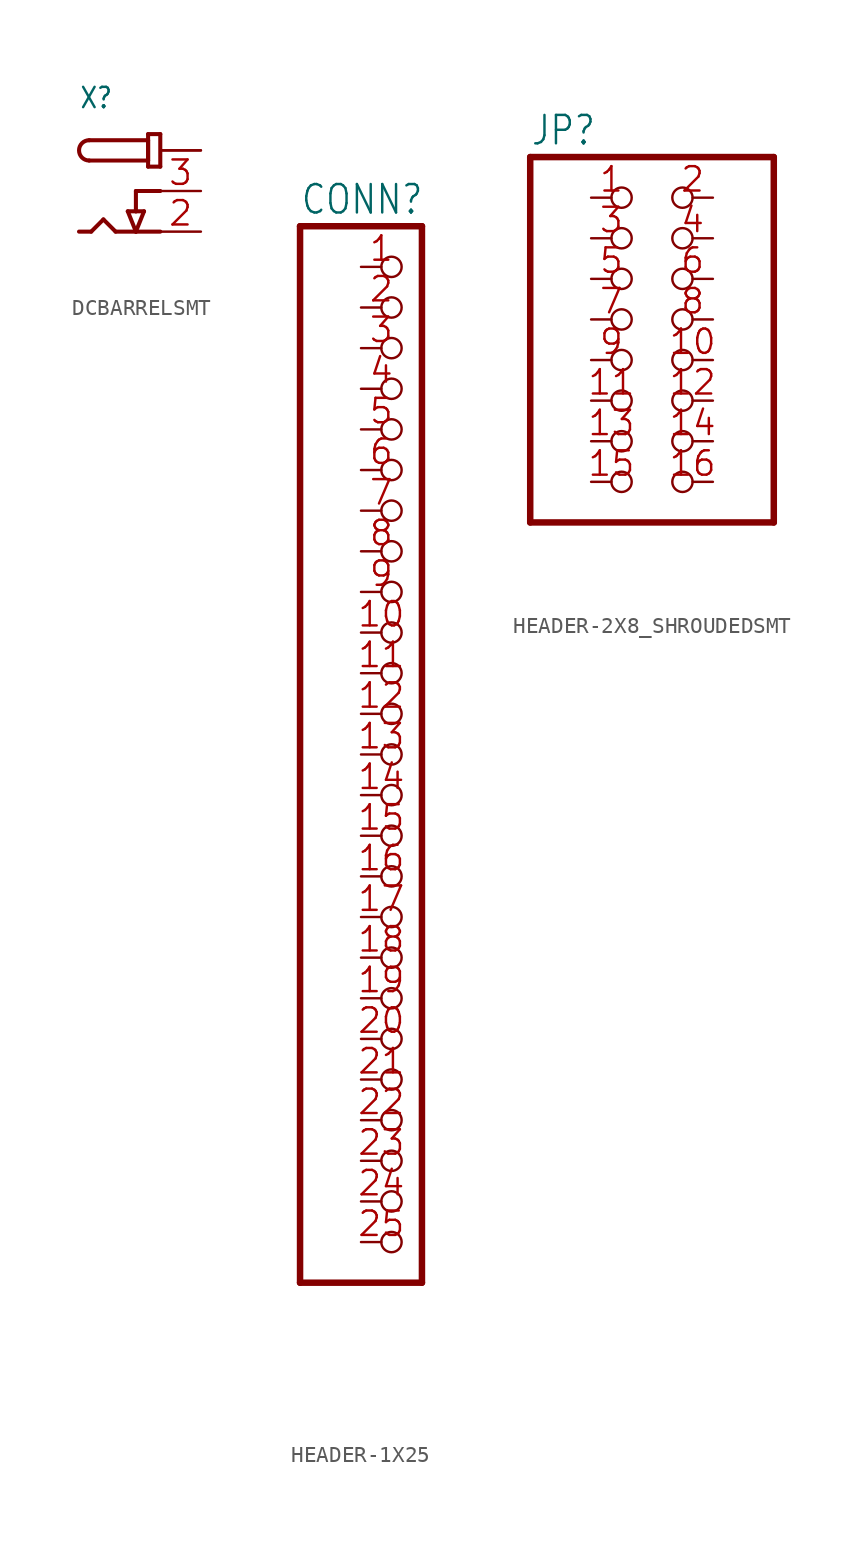
<source format=kicad_sym>
(kicad_symbol_lib
  (version 20241209)
  (generator "kicad_symbol_editor")
  (generator_version "9.0")
  (symbol "DCBARRELSMT"
    (property "Reference" "X"
      (at -5.08 5.08 0)
      (effects (font (size 1.27 1.079)) (justify left bottom)))
    (property "Value" ""
      (at -5.08 -5.08 0)
      (effects (font (size 1.27 1.079)) (justify left bottom)))
    (property "ki_locked" ""
      (at 0 0 0)
      (effects (font (size 1.27 1.27))))
    (symbol "DCBARRELSMT_1_0"
      (polyline (pts (xy -5.08 -2.54) (xy -4.318 -2.54)) (stroke (width 0.254) (type solid)) (fill (type none)))
      (arc (start -4.445 1.905) (mid -5.08 2.54) (end -4.445 3.175) (stroke (width 0.254) (type solid)) (fill (type none)))
      (polyline (pts (xy -4.318 -2.54) (xy -3.556 -1.778)) (stroke (width 0.254) (type solid)) (fill (type none)))
      (polyline (pts (xy -3.556 -1.778) (xy -2.794 -2.54)) (stroke (width 0.254) (type solid)) (fill (type none)))
      (polyline (pts (xy -2.032 -1.27) (xy -1.524 -1.27)) (stroke (width 0.254) (type solid)) (fill (type none)))
      (polyline (pts (xy -1.524 0) (xy -1.524 -1.27)) (stroke (width 0.254) (type solid)) (fill (type none)))
      (polyline (pts (xy -1.524 -1.27) (xy -1.016 -1.27)) (stroke (width 0.254) (type solid)) (fill (type none)))
      (polyline (pts (xy -1.524 -2.54) (xy -2.794 -2.54)) (stroke (width 0.254) (type solid)) (fill (type none)))
      (polyline (pts (xy -1.524 -2.54) (xy -2.032 -1.27)) (stroke (width 0.254) (type solid)) (fill (type none)))
      (polyline (pts (xy -1.016 -1.27) (xy -1.524 -2.54)) (stroke (width 0.254) (type solid)) (fill (type none)))
      (polyline (pts (xy -0.762 3.556) (xy 0 3.556)) (stroke (width 0.254) (type solid)) (fill (type none)))
      (polyline (pts (xy -0.762 3.175) (xy -4.445 3.175)) (stroke (width 0.254) (type solid)) (fill (type none)))
      (polyline (pts (xy -0.762 3.175) (xy -0.762 1.905)) (stroke (width 0.254) (type solid)) (fill (type none)))
      (polyline (pts (xy -0.762 1.905) (xy -4.445 1.905)) (stroke (width 0.254) (type solid)) (fill (type none)))
      (polyline (pts (xy -0.762 1.524) (xy -0.762 3.556)) (stroke (width 0.254) (type solid)) (fill (type none)))
      (polyline (pts (xy 0 3.556) (xy 0 1.524)) (stroke (width 0.254) (type solid)) (fill (type none)))
      (polyline (pts (xy 0 1.524) (xy -0.762 1.524)) (stroke (width 0.254) (type solid)) (fill (type none)))
      (polyline (pts (xy 0 0) (xy -1.524 0)) (stroke (width 0.254) (type solid)) (fill (type none)))
      (polyline (pts (xy 0 -2.54) (xy -1.524 -2.54)) (stroke (width 0.254) (type solid)) (fill (type none)))
      (pin power_in line (at 2.54 2.54 180) (length 2.54) (name "PWR" (effects (font (size 0 0)))) (number "1" (effects (font (size 0 0)))))
      (pin power_in line (at 2.54 2.54 180) (length 2.54) (name "PWR" (effects (font (size 0 0)))) (number "1'" (effects (font (size 0 0)))))
      (pin power_in line (at 2.54 0 180) (length 2.54) (name "GNDBREAK" (effects (font (size 0 0)))) (number "3" (effects (font (size 1.524 1.524)))))
      (pin power_in line (at 2.54 -2.54 180) (length 2.54) (name "GND" (effects (font (size 0 0)))) (number "2" (effects (font (size 1.524 1.524)))))))
  (symbol "HEADER-1X25"
    (property "Reference" "CONN"
      (at -3.81 33.655 0)
      (effects (font (size 1.778 1.511)) (justify left bottom)))
    (property "Value" ""
      (at -3.81 -35.56 0)
      (effects (font (size 1.778 1.511)) (justify left bottom)))
    (property "ki_locked" ""
      (at 0 0 0)
      (effects (font (size 1.27 1.27))))
    (symbol "HEADER-1X25_1_0"
      (polyline (pts (xy -3.81 33.02) (xy -3.81 -33.02)) (stroke (width 0.406) (type solid)) (fill (type none)))
      (polyline (pts (xy -3.81 -33.02) (xy 3.81 -33.02)) (stroke (width 0.406) (type solid)) (fill (type none)))
      (polyline (pts (xy 3.81 33.02) (xy -3.81 33.02)) (stroke (width 0.406) (type solid)) (fill (type none)))
      (polyline (pts (xy 3.81 -33.02) (xy 3.81 33.02)) (stroke (width 0.406) (type solid)) (fill (type none)))
      (pin passive inverted (at 0 30.48 0) (length 2.54) (name "1" (effects (font (size 0 0)))) (number "1" (effects (font (size 1.524 1.524)))))
      (pin passive inverted (at 0 27.94 0) (length 2.54) (name "2" (effects (font (size 0 0)))) (number "2" (effects (font (size 1.524 1.524)))))
      (pin passive inverted (at 0 25.4 0) (length 2.54) (name "3" (effects (font (size 0 0)))) (number "3" (effects (font (size 1.524 1.524)))))
      (pin passive inverted (at 0 22.86 0) (length 2.54) (name "4" (effects (font (size 0 0)))) (number "4" (effects (font (size 1.524 1.524)))))
      (pin passive inverted (at 0 20.32 0) (length 2.54) (name "5" (effects (font (size 0 0)))) (number "5" (effects (font (size 1.524 1.524)))))
      (pin passive inverted (at 0 17.78 0) (length 2.54) (name "6" (effects (font (size 0 0)))) (number "6" (effects (font (size 1.524 1.524)))))
      (pin passive inverted (at 0 15.24 0) (length 2.54) (name "7" (effects (font (size 0 0)))) (number "7" (effects (font (size 1.524 1.524)))))
      (pin passive inverted (at 0 12.7 0) (length 2.54) (name "8" (effects (font (size 0 0)))) (number "8" (effects (font (size 1.524 1.524)))))
      (pin passive inverted (at 0 10.16 0) (length 2.54) (name "9" (effects (font (size 0 0)))) (number "9" (effects (font (size 1.524 1.524)))))
      (pin passive inverted (at 0 7.62 0) (length 2.54) (name "10" (effects (font (size 0 0)))) (number "10" (effects (font (size 1.524 1.524)))))
      (pin passive inverted (at 0 5.08 0) (length 2.54) (name "11" (effects (font (size 0 0)))) (number "11" (effects (font (size 1.524 1.524)))))
      (pin passive inverted (at 0 2.54 0) (length 2.54) (name "12" (effects (font (size 0 0)))) (number "12" (effects (font (size 1.524 1.524)))))
      (pin passive inverted (at 0 0 0) (length 2.54) (name "13" (effects (font (size 0 0)))) (number "13" (effects (font (size 1.524 1.524)))))
      (pin passive inverted (at 0 -2.54 0) (length 2.54) (name "14" (effects (font (size 0 0)))) (number "14" (effects (font (size 1.524 1.524)))))
      (pin passive inverted (at 0 -5.08 0) (length 2.54) (name "15" (effects (font (size 0 0)))) (number "15" (effects (font (size 1.524 1.524)))))
      (pin passive inverted (at 0 -7.62 0) (length 2.54) (name "16" (effects (font (size 0 0)))) (number "16" (effects (font (size 1.524 1.524)))))
      (pin passive inverted (at 0 -10.16 0) (length 2.54) (name "17" (effects (font (size 0 0)))) (number "17" (effects (font (size 1.524 1.524)))))
      (pin passive inverted (at 0 -12.7 0) (length 2.54) (name "18" (effects (font (size 0 0)))) (number "18" (effects (font (size 1.524 1.524)))))
      (pin passive inverted (at 0 -15.24 0) (length 2.54) (name "19" (effects (font (size 0 0)))) (number "19" (effects (font (size 1.524 1.524)))))
      (pin passive inverted (at 0 -17.78 0) (length 2.54) (name "20" (effects (font (size 0 0)))) (number "20" (effects (font (size 1.524 1.524)))))
      (pin passive inverted (at 0 -20.32 0) (length 2.54) (name "21" (effects (font (size 0 0)))) (number "21" (effects (font (size 1.524 1.524)))))
      (pin passive inverted (at 0 -22.86 0) (length 2.54) (name "22" (effects (font (size 0 0)))) (number "22" (effects (font (size 1.524 1.524)))))
      (pin passive inverted (at 0 -25.4 0) (length 2.54) (name "23" (effects (font (size 0 0)))) (number "23" (effects (font (size 1.524 1.524)))))
      (pin passive inverted (at 0 -27.94 0) (length 2.54) (name "24" (effects (font (size 0 0)))) (number "24" (effects (font (size 1.524 1.524)))))
      (pin passive inverted (at 0 -30.48 0) (length 2.54) (name "25" (effects (font (size 0 0)))) (number "25" (effects (font (size 1.524 1.524)))))))
  (symbol "HEADER-2X8_SHROUDEDSMT"
    (property "Reference" "JP"
      (at -8.89 10.795 0)
      (effects (font (size 1.778 1.511)) (justify left bottom)))
    (property "Value" ""
      (at -8.89 -15.24 0)
      (effects (font (size 1.778 1.511)) (justify left bottom)))
    (property "ki_locked" ""
      (at 0 0 0)
      (effects (font (size 1.27 1.27))))
    (symbol "HEADER-2X8_SHROUDEDSMT_1_0"
      (polyline (pts (xy -8.89 10.16) (xy -8.89 -12.7)) (stroke (width 0.406) (type solid)) (fill (type none)))
      (polyline (pts (xy -8.89 -12.7) (xy 6.35 -12.7)) (stroke (width 0.406) (type solid)) (fill (type none)))
      (polyline (pts (xy 6.35 10.16) (xy -8.89 10.16)) (stroke (width 0.406) (type solid)) (fill (type none)))
      (polyline (pts (xy 6.35 -12.7) (xy 6.35 10.16)) (stroke (width 0.406) (type solid)) (fill (type none)))
      (pin passive inverted (at -5.08 7.62 0) (length 2.54) (name "1" (effects (font (size 0 0)))) (number "1" (effects (font (size 1.524 1.524)))))
      (pin passive inverted (at -5.08 5.08 0) (length 2.54) (name "3" (effects (font (size 0 0)))) (number "3" (effects (font (size 1.524 1.524)))))
      (pin passive inverted (at -5.08 2.54 0) (length 2.54) (name "5" (effects (font (size 0 0)))) (number "5" (effects (font (size 1.524 1.524)))))
      (pin passive inverted (at -5.08 0 0) (length 2.54) (name "7" (effects (font (size 0 0)))) (number "7" (effects (font (size 1.524 1.524)))))
      (pin passive inverted (at -5.08 -2.54 0) (length 2.54) (name "9" (effects (font (size 0 0)))) (number "9" (effects (font (size 1.524 1.524)))))
      (pin passive inverted (at -5.08 -5.08 0) (length 2.54) (name "11" (effects (font (size 0 0)))) (number "11" (effects (font (size 1.524 1.524)))))
      (pin passive inverted (at -5.08 -7.62 0) (length 2.54) (name "13" (effects (font (size 0 0)))) (number "13" (effects (font (size 1.524 1.524)))))
      (pin passive inverted (at -5.08 -10.16 0) (length 2.54) (name "15" (effects (font (size 0 0)))) (number "15" (effects (font (size 1.524 1.524)))))
      (pin passive inverted (at 2.54 7.62 180) (length 2.54) (name "2" (effects (font (size 0 0)))) (number "2" (effects (font (size 1.524 1.524)))))
      (pin passive inverted (at 2.54 5.08 180) (length 2.54) (name "4" (effects (font (size 0 0)))) (number "4" (effects (font (size 1.524 1.524)))))
      (pin passive inverted (at 2.54 2.54 180) (length 2.54) (name "6" (effects (font (size 0 0)))) (number "6" (effects (font (size 1.524 1.524)))))
      (pin passive inverted (at 2.54 0 180) (length 2.54) (name "8" (effects (font (size 0 0)))) (number "8" (effects (font (size 1.524 1.524)))))
      (pin passive inverted (at 2.54 -2.54 180) (length 2.54) (name "10" (effects (font (size 0 0)))) (number "10" (effects (font (size 1.524 1.524)))))
      (pin passive inverted (at 2.54 -5.08 180) (length 2.54) (name "12" (effects (font (size 0 0)))) (number "12" (effects (font (size 1.524 1.524)))))
      (pin passive inverted (at 2.54 -7.62 180) (length 2.54) (name "14" (effects (font (size 0 0)))) (number "14" (effects (font (size 1.524 1.524)))))
      (pin passive inverted (at 2.54 -10.16 180) (length 2.54) (name "16" (effects (font (size 0 0)))) (number "16" (effects (font (size 1.524 1.524))))))))
</source>
